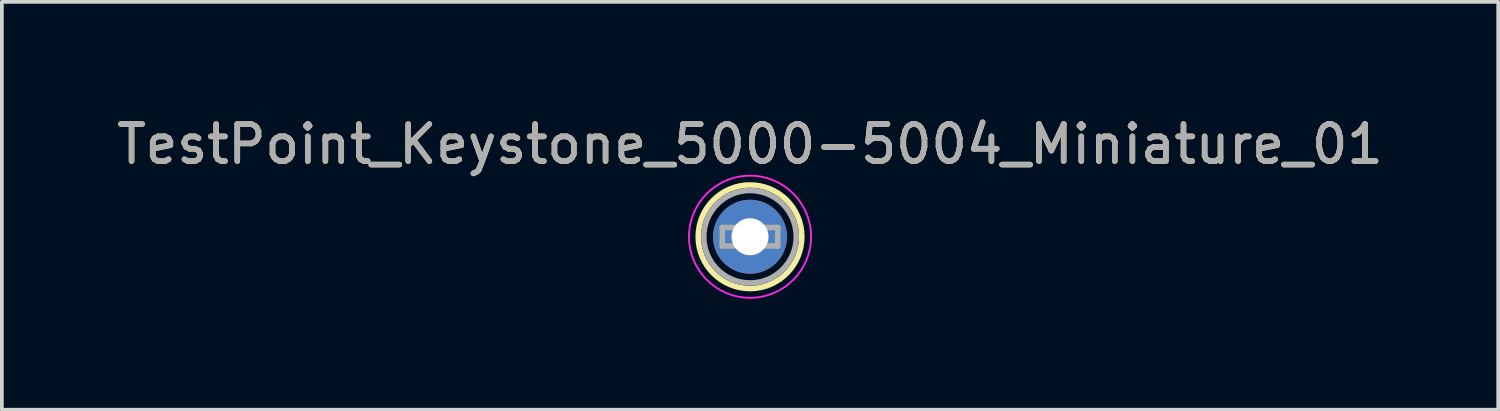
<source format=kicad_pcb>
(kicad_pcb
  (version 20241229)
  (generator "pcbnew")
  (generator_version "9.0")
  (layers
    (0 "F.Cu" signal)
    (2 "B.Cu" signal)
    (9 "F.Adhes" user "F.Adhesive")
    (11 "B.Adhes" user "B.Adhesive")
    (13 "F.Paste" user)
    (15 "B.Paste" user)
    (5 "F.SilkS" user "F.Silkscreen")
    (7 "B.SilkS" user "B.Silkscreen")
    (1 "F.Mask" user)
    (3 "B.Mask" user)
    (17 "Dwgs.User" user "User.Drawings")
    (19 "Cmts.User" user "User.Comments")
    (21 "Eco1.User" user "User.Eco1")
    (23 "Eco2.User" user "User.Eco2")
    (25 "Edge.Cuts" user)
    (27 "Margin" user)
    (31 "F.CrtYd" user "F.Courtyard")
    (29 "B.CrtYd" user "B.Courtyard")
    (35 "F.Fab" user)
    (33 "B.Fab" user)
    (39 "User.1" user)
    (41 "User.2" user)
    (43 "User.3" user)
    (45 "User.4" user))
  (footprint "TestPoint_Keystone_5000-5004_Miniature_01"
    (layer "F.Cu")
    (at 17.22 3.348)
    (property "Reference" "TestPoint_Keystone_5000-5004_Miniature_01" (at 0 -2.5 0) (layer "F.SilkS") (effects (font (size 1 1) (thickness 0.15))))
    (attr through_hole)
    (fp_circle (center 0 0) (end 1.4 0) (stroke (width 0.15) (type solid)) (fill no) (layer "F.SilkS"))
    (fp_circle (center 0 0) (end 1.65 0) (stroke (width 0.05) (type solid)) (fill no) (layer "F.CrtYd"))
    (fp_line (start -0.75 -0.25) (end 0.75 -0.25) (stroke (width 0.15) (type solid)) (layer "F.Fab"))
    (fp_line (start -0.75 0.25) (end -0.75 -0.25) (stroke (width 0.15) (type solid)) (layer "F.Fab"))
    (fp_line (start 0.75 -0.25) (end 0.75 0.25) (stroke (width 0.15) (type solid)) (layer "F.Fab"))
    (fp_line (start 0.75 0.25) (end -0.75 0.25) (stroke (width 0.15) (type solid)) (layer "F.Fab"))
    (fp_circle (center 0 0) (end 1.25 0) (stroke (width 0.15) (type solid)) (fill no) (layer "F.Fab"))
    (fp_text user "${REFERENCE}" (at 0 -2.5 0) (layer "F.Fab") (effects (font (size 1 1) (thickness 0.15))))
    (pad "1" thru_hole circle (at 0 0) (size 2 2) (drill 1) (layers "*.Cu" "*.Mask")))
  (gr_rect
    (start -3 -3)
    (end 37.44 8.023)
    (stroke (width 0.1) (type default))
    (fill no)
    (layer "Edge.Cuts")))
</source>
